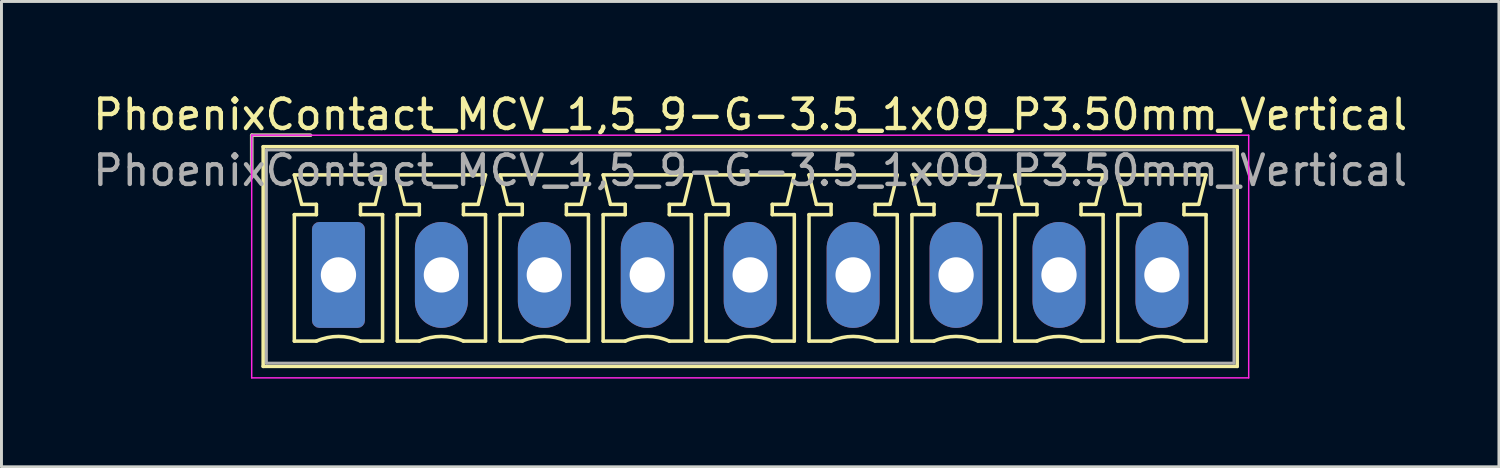
<source format=kicad_pcb>
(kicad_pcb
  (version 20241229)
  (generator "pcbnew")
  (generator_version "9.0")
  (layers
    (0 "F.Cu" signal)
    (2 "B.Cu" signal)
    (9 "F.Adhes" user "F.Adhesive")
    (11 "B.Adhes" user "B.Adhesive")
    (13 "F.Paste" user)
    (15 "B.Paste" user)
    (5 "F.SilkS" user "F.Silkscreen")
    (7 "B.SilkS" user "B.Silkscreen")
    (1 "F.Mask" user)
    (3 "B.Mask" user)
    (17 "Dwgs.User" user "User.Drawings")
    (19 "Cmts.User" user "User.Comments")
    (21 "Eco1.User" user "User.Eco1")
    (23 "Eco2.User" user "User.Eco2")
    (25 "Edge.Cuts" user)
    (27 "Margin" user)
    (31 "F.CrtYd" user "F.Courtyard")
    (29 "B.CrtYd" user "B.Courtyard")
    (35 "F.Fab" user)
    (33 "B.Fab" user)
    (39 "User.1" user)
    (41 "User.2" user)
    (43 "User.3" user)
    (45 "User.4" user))
  (footprint "PhoenixContact_MCV_1,5_9-G-3.5_1x09_P3.50mm_Vertical"
    (layer "F.Cu")
    (at 8.458 6.298)
    (property "Reference" "PhoenixContact_MCV_1,5_9-G-3.5_1x09_P3.50mm_Vertical" (at 14 -5.45 0) (layer "F.SilkS") (effects (font (size 1 1) (thickness 0.15))))
    (attr through_hole)
    (fp_line (start -2.95 -4.75) (end -0.95 -4.75) (stroke (width 0.12) (type solid)) (layer "F.SilkS"))
    (fp_line (start -2.95 -3.5) (end -2.95 -4.75) (stroke (width 0.12) (type solid)) (layer "F.SilkS"))
    (fp_line (start -2.56 -4.36) (end -2.56 3.11) (stroke (width 0.12) (type solid)) (layer "F.SilkS"))
    (fp_line (start -2.56 3.11) (end 30.56 3.11) (stroke (width 0.12) (type solid)) (layer "F.SilkS"))
    (fp_line (start -1.5 -3.4) (end 1.5 -3.4) (stroke (width 0.12) (type solid)) (layer "F.SilkS"))
    (fp_line (start -1.5 -2.05) (end -0.75 -2.05) (stroke (width 0.12) (type solid)) (layer "F.SilkS"))
    (fp_line (start -1.5 2.25) (end -1.5 -2.05) (stroke (width 0.12) (type solid)) (layer "F.SilkS"))
    (fp_line (start -1.25 -2.4) (end -1.5 -3.4) (stroke (width 0.12) (type solid)) (layer "F.SilkS"))
    (fp_line (start -0.75 -2.4) (end -1.25 -2.4) (stroke (width 0.12) (type solid)) (layer "F.SilkS"))
    (fp_line (start -0.75 -2.05) (end -0.75 -2.4) (stroke (width 0.12) (type solid)) (layer "F.SilkS"))
    (fp_line (start -0.75 2.25) (end -1.5 2.25) (stroke (width 0.12) (type solid)) (layer "F.SilkS"))
    (fp_line (start 0.75 -2.4) (end 0.75 -2.05) (stroke (width 0.12) (type solid)) (layer "F.SilkS"))
    (fp_line (start 0.75 -2.05) (end 1.5 -2.05) (stroke (width 0.12) (type solid)) (layer "F.SilkS"))
    (fp_line (start 1.25 -2.4) (end 0.75 -2.4) (stroke (width 0.12) (type solid)) (layer "F.SilkS"))
    (fp_line (start 1.5 -3.4) (end 1.25 -2.4) (stroke (width 0.12) (type solid)) (layer "F.SilkS"))
    (fp_line (start 1.5 -2.05) (end 1.5 2.25) (stroke (width 0.12) (type solid)) (layer "F.SilkS"))
    (fp_line (start 1.5 2.25) (end 0.75 2.25) (stroke (width 0.12) (type solid)) (layer "F.SilkS"))
    (fp_line (start 2 -3.4) (end 5 -3.4) (stroke (width 0.12) (type solid)) (layer "F.SilkS"))
    (fp_line (start 2 -2.05) (end 2.75 -2.05) (stroke (width 0.12) (type solid)) (layer "F.SilkS"))
    (fp_line (start 2 2.25) (end 2 -2.05) (stroke (width 0.12) (type solid)) (layer "F.SilkS"))
    (fp_line (start 2.25 -2.4) (end 2 -3.4) (stroke (width 0.12) (type solid)) (layer "F.SilkS"))
    (fp_line (start 2.75 -2.4) (end 2.25 -2.4) (stroke (width 0.12) (type solid)) (layer "F.SilkS"))
    (fp_line (start 2.75 -2.05) (end 2.75 -2.4) (stroke (width 0.12) (type solid)) (layer "F.SilkS"))
    (fp_line (start 2.75 2.25) (end 2 2.25) (stroke (width 0.12) (type solid)) (layer "F.SilkS"))
    (fp_line (start 4.25 -2.4) (end 4.25 -2.05) (stroke (width 0.12) (type solid)) (layer "F.SilkS"))
    (fp_line (start 4.25 -2.05) (end 5 -2.05) (stroke (width 0.12) (type solid)) (layer "F.SilkS"))
    (fp_line (start 4.75 -2.4) (end 4.25 -2.4) (stroke (width 0.12) (type solid)) (layer "F.SilkS"))
    (fp_line (start 5 -3.4) (end 4.75 -2.4) (stroke (width 0.12) (type solid)) (layer "F.SilkS"))
    (fp_line (start 5 -2.05) (end 5 2.25) (stroke (width 0.12) (type solid)) (layer "F.SilkS"))
    (fp_line (start 5 2.25) (end 4.25 2.25) (stroke (width 0.12) (type solid)) (layer "F.SilkS"))
    (fp_line (start 5.5 -3.4) (end 8.5 -3.4) (stroke (width 0.12) (type solid)) (layer "F.SilkS"))
    (fp_line (start 5.5 -2.05) (end 6.25 -2.05) (stroke (width 0.12) (type solid)) (layer "F.SilkS"))
    (fp_line (start 5.5 2.25) (end 5.5 -2.05) (stroke (width 0.12) (type solid)) (layer "F.SilkS"))
    (fp_line (start 5.75 -2.4) (end 5.5 -3.4) (stroke (width 0.12) (type solid)) (layer "F.SilkS"))
    (fp_line (start 6.25 -2.4) (end 5.75 -2.4) (stroke (width 0.12) (type solid)) (layer "F.SilkS"))
    (fp_line (start 6.25 -2.05) (end 6.25 -2.4) (stroke (width 0.12) (type solid)) (layer "F.SilkS"))
    (fp_line (start 6.25 2.25) (end 5.5 2.25) (stroke (width 0.12) (type solid)) (layer "F.SilkS"))
    (fp_line (start 7.75 -2.4) (end 7.75 -2.05) (stroke (width 0.12) (type solid)) (layer "F.SilkS"))
    (fp_line (start 7.75 -2.05) (end 8.5 -2.05) (stroke (width 0.12) (type solid)) (layer "F.SilkS"))
    (fp_line (start 8.25 -2.4) (end 7.75 -2.4) (stroke (width 0.12) (type solid)) (layer "F.SilkS"))
    (fp_line (start 8.5 -3.4) (end 8.25 -2.4) (stroke (width 0.12) (type solid)) (layer "F.SilkS"))
    (fp_line (start 8.5 -2.05) (end 8.5 2.25) (stroke (width 0.12) (type solid)) (layer "F.SilkS"))
    (fp_line (start 8.5 2.25) (end 7.75 2.25) (stroke (width 0.12) (type solid)) (layer "F.SilkS"))
    (fp_line (start 9 -3.4) (end 12 -3.4) (stroke (width 0.12) (type solid)) (layer "F.SilkS"))
    (fp_line (start 9 -2.05) (end 9.75 -2.05) (stroke (width 0.12) (type solid)) (layer "F.SilkS"))
    (fp_line (start 9 2.25) (end 9 -2.05) (stroke (width 0.12) (type solid)) (layer "F.SilkS"))
    (fp_line (start 9.25 -2.4) (end 9 -3.4) (stroke (width 0.12) (type solid)) (layer "F.SilkS"))
    (fp_line (start 9.75 -2.4) (end 9.25 -2.4) (stroke (width 0.12) (type solid)) (layer "F.SilkS"))
    (fp_line (start 9.75 -2.05) (end 9.75 -2.4) (stroke (width 0.12) (type solid)) (layer "F.SilkS"))
    (fp_line (start 9.75 2.25) (end 9 2.25) (stroke (width 0.12) (type solid)) (layer "F.SilkS"))
    (fp_line (start 11.25 -2.4) (end 11.25 -2.05) (stroke (width 0.12) (type solid)) (layer "F.SilkS"))
    (fp_line (start 11.25 -2.05) (end 12 -2.05) (stroke (width 0.12) (type solid)) (layer "F.SilkS"))
    (fp_line (start 11.75 -2.4) (end 11.25 -2.4) (stroke (width 0.12) (type solid)) (layer "F.SilkS"))
    (fp_line (start 12 -3.4) (end 11.75 -2.4) (stroke (width 0.12) (type solid)) (layer "F.SilkS"))
    (fp_line (start 12 -2.05) (end 12 2.25) (stroke (width 0.12) (type solid)) (layer "F.SilkS"))
    (fp_line (start 12 2.25) (end 11.25 2.25) (stroke (width 0.12) (type solid)) (layer "F.SilkS"))
    (fp_line (start 12.5 -3.4) (end 15.5 -3.4) (stroke (width 0.12) (type solid)) (layer "F.SilkS"))
    (fp_line (start 12.5 -2.05) (end 13.25 -2.05) (stroke (width 0.12) (type solid)) (layer "F.SilkS"))
    (fp_line (start 12.5 2.25) (end 12.5 -2.05) (stroke (width 0.12) (type solid)) (layer "F.SilkS"))
    (fp_line (start 12.75 -2.4) (end 12.5 -3.4) (stroke (width 0.12) (type solid)) (layer "F.SilkS"))
    (fp_line (start 13.25 -2.4) (end 12.75 -2.4) (stroke (width 0.12) (type solid)) (layer "F.SilkS"))
    (fp_line (start 13.25 -2.05) (end 13.25 -2.4) (stroke (width 0.12) (type solid)) (layer "F.SilkS"))
    (fp_line (start 13.25 2.25) (end 12.5 2.25) (stroke (width 0.12) (type solid)) (layer "F.SilkS"))
    (fp_line (start 14.75 -2.4) (end 14.75 -2.05) (stroke (width 0.12) (type solid)) (layer "F.SilkS"))
    (fp_line (start 14.75 -2.05) (end 15.5 -2.05) (stroke (width 0.12) (type solid)) (layer "F.SilkS"))
    (fp_line (start 15.25 -2.4) (end 14.75 -2.4) (stroke (width 0.12) (type solid)) (layer "F.SilkS"))
    (fp_line (start 15.5 -3.4) (end 15.25 -2.4) (stroke (width 0.12) (type solid)) (layer "F.SilkS"))
    (fp_line (start 15.5 -2.05) (end 15.5 2.25) (stroke (width 0.12) (type solid)) (layer "F.SilkS"))
    (fp_line (start 15.5 2.25) (end 14.75 2.25) (stroke (width 0.12) (type solid)) (layer "F.SilkS"))
    (fp_line (start 16 -3.4) (end 19 -3.4) (stroke (width 0.12) (type solid)) (layer "F.SilkS"))
    (fp_line (start 16 -2.05) (end 16.75 -2.05) (stroke (width 0.12) (type solid)) (layer "F.SilkS"))
    (fp_line (start 16 2.25) (end 16 -2.05) (stroke (width 0.12) (type solid)) (layer "F.SilkS"))
    (fp_line (start 16.25 -2.4) (end 16 -3.4) (stroke (width 0.12) (type solid)) (layer "F.SilkS"))
    (fp_line (start 16.75 -2.4) (end 16.25 -2.4) (stroke (width 0.12) (type solid)) (layer "F.SilkS"))
    (fp_line (start 16.75 -2.05) (end 16.75 -2.4) (stroke (width 0.12) (type solid)) (layer "F.SilkS"))
    (fp_line (start 16.75 2.25) (end 16 2.25) (stroke (width 0.12) (type solid)) (layer "F.SilkS"))
    (fp_line (start 18.25 -2.4) (end 18.25 -2.05) (stroke (width 0.12) (type solid)) (layer "F.SilkS"))
    (fp_line (start 18.25 -2.05) (end 19 -2.05) (stroke (width 0.12) (type solid)) (layer "F.SilkS"))
    (fp_line (start 18.75 -2.4) (end 18.25 -2.4) (stroke (width 0.12) (type solid)) (layer "F.SilkS"))
    (fp_line (start 19 -3.4) (end 18.75 -2.4) (stroke (width 0.12) (type solid)) (layer "F.SilkS"))
    (fp_line (start 19 -2.05) (end 19 2.25) (stroke (width 0.12) (type solid)) (layer "F.SilkS"))
    (fp_line (start 19 2.25) (end 18.25 2.25) (stroke (width 0.12) (type solid)) (layer "F.SilkS"))
    (fp_line (start 19.5 -3.4) (end 22.5 -3.4) (stroke (width 0.12) (type solid)) (layer "F.SilkS"))
    (fp_line (start 19.5 -2.05) (end 20.25 -2.05) (stroke (width 0.12) (type solid)) (layer "F.SilkS"))
    (fp_line (start 19.5 2.25) (end 19.5 -2.05) (stroke (width 0.12) (type solid)) (layer "F.SilkS"))
    (fp_line (start 19.75 -2.4) (end 19.5 -3.4) (stroke (width 0.12) (type solid)) (layer "F.SilkS"))
    (fp_line (start 20.25 -2.4) (end 19.75 -2.4) (stroke (width 0.12) (type solid)) (layer "F.SilkS"))
    (fp_line (start 20.25 -2.05) (end 20.25 -2.4) (stroke (width 0.12) (type solid)) (layer "F.SilkS"))
    (fp_line (start 20.25 2.25) (end 19.5 2.25) (stroke (width 0.12) (type solid)) (layer "F.SilkS"))
    (fp_line (start 21.75 -2.4) (end 21.75 -2.05) (stroke (width 0.12) (type solid)) (layer "F.SilkS"))
    (fp_line (start 21.75 -2.05) (end 22.5 -2.05) (stroke (width 0.12) (type solid)) (layer "F.SilkS"))
    (fp_line (start 22.25 -2.4) (end 21.75 -2.4) (stroke (width 0.12) (type solid)) (layer "F.SilkS"))
    (fp_line (start 22.5 -3.4) (end 22.25 -2.4) (stroke (width 0.12) (type solid)) (layer "F.SilkS"))
    (fp_line (start 22.5 -2.05) (end 22.5 2.25) (stroke (width 0.12) (type solid)) (layer "F.SilkS"))
    (fp_line (start 22.5 2.25) (end 21.75 2.25) (stroke (width 0.12) (type solid)) (layer "F.SilkS"))
    (fp_line (start 23 -3.4) (end 26 -3.4) (stroke (width 0.12) (type solid)) (layer "F.SilkS"))
    (fp_line (start 23 -2.05) (end 23.75 -2.05) (stroke (width 0.12) (type solid)) (layer "F.SilkS"))
    (fp_line (start 23 2.25) (end 23 -2.05) (stroke (width 0.12) (type solid)) (layer "F.SilkS"))
    (fp_line (start 23.25 -2.4) (end 23 -3.4) (stroke (width 0.12) (type solid)) (layer "F.SilkS"))
    (fp_line (start 23.75 -2.4) (end 23.25 -2.4) (stroke (width 0.12) (type solid)) (layer "F.SilkS"))
    (fp_line (start 23.75 -2.05) (end 23.75 -2.4) (stroke (width 0.12) (type solid)) (layer "F.SilkS"))
    (fp_line (start 23.75 2.25) (end 23 2.25) (stroke (width 0.12) (type solid)) (layer "F.SilkS"))
    (fp_line (start 25.25 -2.4) (end 25.25 -2.05) (stroke (width 0.12) (type solid)) (layer "F.SilkS"))
    (fp_line (start 25.25 -2.05) (end 26 -2.05) (stroke (width 0.12) (type solid)) (layer "F.SilkS"))
    (fp_line (start 25.75 -2.4) (end 25.25 -2.4) (stroke (width 0.12) (type solid)) (layer "F.SilkS"))
    (fp_line (start 26 -3.4) (end 25.75 -2.4) (stroke (width 0.12) (type solid)) (layer "F.SilkS"))
    (fp_line (start 26 -2.05) (end 26 2.25) (stroke (width 0.12) (type solid)) (layer "F.SilkS"))
    (fp_line (start 26 2.25) (end 25.25 2.25) (stroke (width 0.12) (type solid)) (layer "F.SilkS"))
    (fp_line (start 26.5 -3.4) (end 29.5 -3.4) (stroke (width 0.12) (type solid)) (layer "F.SilkS"))
    (fp_line (start 26.5 -2.05) (end 27.25 -2.05) (stroke (width 0.12) (type solid)) (layer "F.SilkS"))
    (fp_line (start 26.5 2.25) (end 26.5 -2.05) (stroke (width 0.12) (type solid)) (layer "F.SilkS"))
    (fp_line (start 26.75 -2.4) (end 26.5 -3.4) (stroke (width 0.12) (type solid)) (layer "F.SilkS"))
    (fp_line (start 27.25 -2.4) (end 26.75 -2.4) (stroke (width 0.12) (type solid)) (layer "F.SilkS"))
    (fp_line (start 27.25 -2.05) (end 27.25 -2.4) (stroke (width 0.12) (type solid)) (layer "F.SilkS"))
    (fp_line (start 27.25 2.25) (end 26.5 2.25) (stroke (width 0.12) (type solid)) (layer "F.SilkS"))
    (fp_line (start 28.75 -2.4) (end 28.75 -2.05) (stroke (width 0.12) (type solid)) (layer "F.SilkS"))
    (fp_line (start 28.75 -2.05) (end 29.5 -2.05) (stroke (width 0.12) (type solid)) (layer "F.SilkS"))
    (fp_line (start 29.25 -2.4) (end 28.75 -2.4) (stroke (width 0.12) (type solid)) (layer "F.SilkS"))
    (fp_line (start 29.5 -3.4) (end 29.25 -2.4) (stroke (width 0.12) (type solid)) (layer "F.SilkS"))
    (fp_line (start 29.5 -2.05) (end 29.5 2.25) (stroke (width 0.12) (type solid)) (layer "F.SilkS"))
    (fp_line (start 29.5 2.25) (end 28.75 2.25) (stroke (width 0.12) (type solid)) (layer "F.SilkS"))
    (fp_line (start 30.56 -4.36) (end -2.56 -4.36) (stroke (width 0.12) (type solid)) (layer "F.SilkS"))
    (fp_line (start 30.56 3.11) (end 30.56 -4.36) (stroke (width 0.12) (type solid)) (layer "F.SilkS"))
    (fp_arc (start -0.75 2.25) (mid -0.000193 2.09191) (end 0.749647 2.249844) (stroke (width 0.12) (type solid)) (layer "F.SilkS"))
    (fp_arc (start 2.75 2.25) (mid 3.499807 2.09191) (end 4.249647 2.249844) (stroke (width 0.12) (type solid)) (layer "F.SilkS"))
    (fp_arc (start 6.25 2.25) (mid 6.999807 2.09191) (end 7.749647 2.249844) (stroke (width 0.12) (type solid)) (layer "F.SilkS"))
    (fp_arc (start 9.75 2.25) (mid 10.499807 2.09191) (end 11.249647 2.249844) (stroke (width 0.12) (type solid)) (layer "F.SilkS"))
    (fp_arc (start 13.25 2.25) (mid 13.999807 2.09191) (end 14.749647 2.249844) (stroke (width 0.12) (type solid)) (layer "F.SilkS"))
    (fp_arc (start 16.75 2.25) (mid 17.499807 2.09191) (end 18.249647 2.249844) (stroke (width 0.12) (type solid)) (layer "F.SilkS"))
    (fp_arc (start 20.25 2.25) (mid 20.999807 2.09191) (end 21.749647 2.249844) (stroke (width 0.12) (type solid)) (layer "F.SilkS"))
    (fp_arc (start 23.75 2.25) (mid 24.499807 2.09191) (end 25.249647 2.249844) (stroke (width 0.12) (type solid)) (layer "F.SilkS"))
    (fp_arc (start 27.25 2.25) (mid 27.999807 2.09191) (end 28.749647 2.249844) (stroke (width 0.12) (type solid)) (layer "F.SilkS"))
    (fp_line (start -2.95 -4.75) (end -2.95 3.5) (stroke (width 0.05) (type solid)) (layer "F.CrtYd"))
    (fp_line (start -2.95 3.5) (end 30.95 3.5) (stroke (width 0.05) (type solid)) (layer "F.CrtYd"))
    (fp_line (start 30.95 -4.75) (end -2.95 -4.75) (stroke (width 0.05) (type solid)) (layer "F.CrtYd"))
    (fp_line (start 30.95 3.5) (end 30.95 -4.75) (stroke (width 0.05) (type solid)) (layer "F.CrtYd"))
    (fp_line (start -2.95 -4.75) (end -0.95 -4.75) (stroke (width 0.1) (type solid)) (layer "F.Fab"))
    (fp_line (start -2.95 -3.5) (end -2.95 -4.75) (stroke (width 0.1) (type solid)) (layer "F.Fab"))
    (fp_line (start -2.45 -4.25) (end -2.45 3) (stroke (width 0.1) (type solid)) (layer "F.Fab"))
    (fp_line (start -2.45 3) (end 30.45 3) (stroke (width 0.1) (type solid)) (layer "F.Fab"))
    (fp_line (start 30.45 -4.25) (end -2.45 -4.25) (stroke (width 0.1) (type solid)) (layer "F.Fab"))
    (fp_line (start 30.45 3) (end 30.45 -4.25) (stroke (width 0.1) (type solid)) (layer "F.Fab"))
    (fp_text user "${REFERENCE}" (at 14 -3.55 0) (layer "F.Fab") (effects (font (size 1 1) (thickness 0.15))))
    (pad "1" thru_hole roundrect (at 0 0) (size 1.8 3.6) (drill 1.2) (layers "*.Cu" "*.Mask") (roundrect_rratio 0.139))
    (pad "2" thru_hole oval (at 3.5 0) (size 1.8 3.6) (drill 1.2) (layers "*.Cu" "*.Mask"))
    (pad "3" thru_hole oval (at 7 0) (size 1.8 3.6) (drill 1.2) (layers "*.Cu" "*.Mask"))
    (pad "4" thru_hole oval (at 10.5 0) (size 1.8 3.6) (drill 1.2) (layers "*.Cu" "*.Mask"))
    (pad "5" thru_hole oval (at 14 0) (size 1.8 3.6) (drill 1.2) (layers "*.Cu" "*.Mask"))
    (pad "6" thru_hole oval (at 17.5 0) (size 1.8 3.6) (drill 1.2) (layers "*.Cu" "*.Mask"))
    (pad "7" thru_hole oval (at 21 0) (size 1.8 3.6) (drill 1.2) (layers "*.Cu" "*.Mask"))
    (pad "8" thru_hole oval (at 24.5 0) (size 1.8 3.6) (drill 1.2) (layers "*.Cu" "*.Mask"))
    (pad "9" thru_hole oval (at 28 0) (size 1.8 3.6) (drill 1.2) (layers "*.Cu" "*.Mask")))
  (gr_rect
    (start -3 -3)
    (end 47.917 12.823)
    (stroke (width 0.1) (type default))
    (fill no)
    (layer "Edge.Cuts")))
</source>
